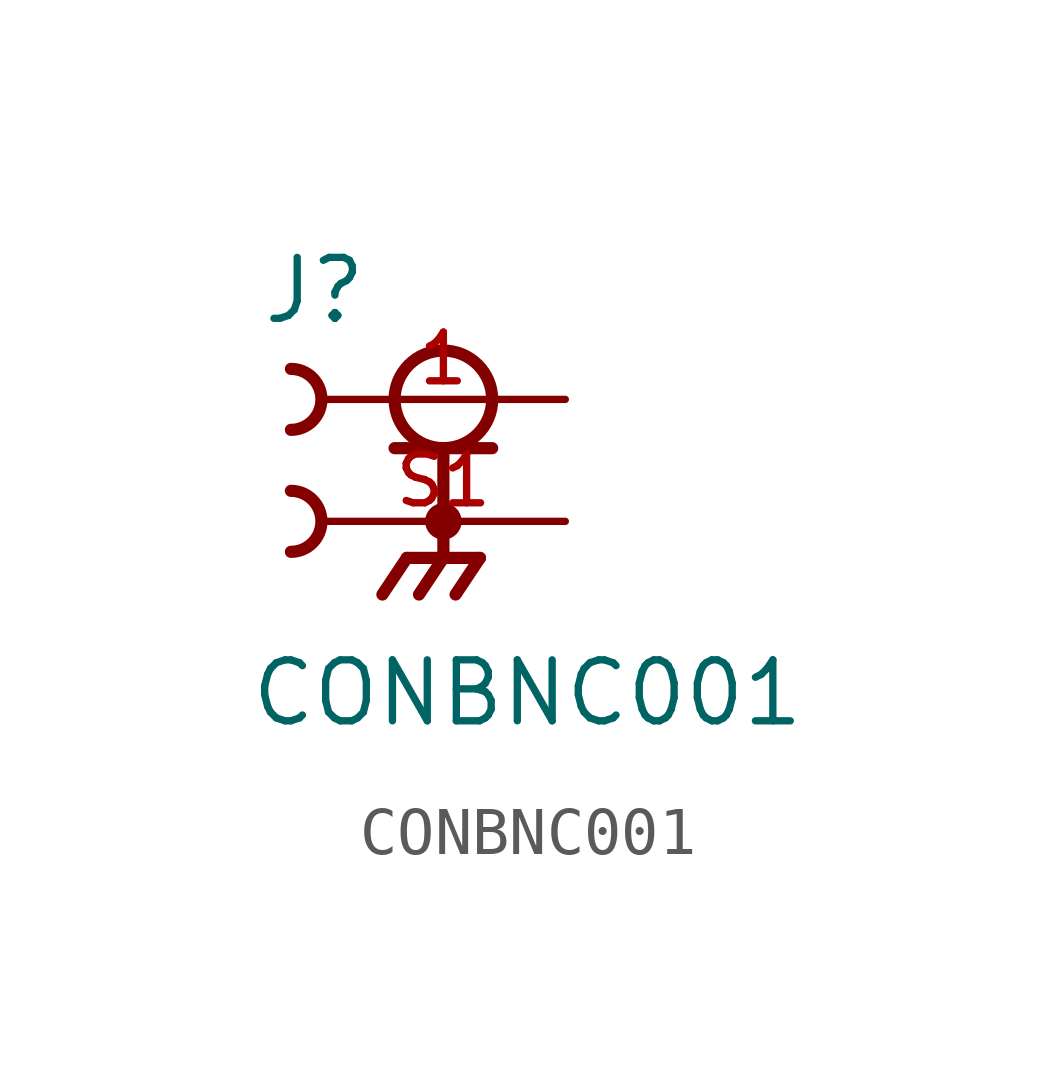
<source format=kicad_sym>
(kicad_symbol_lib
  (version 20211014)
  (generator kicad_symbol_editor)
  (symbol "CONBNC001"
    (pin_names
      (offset 1.016))
    (property "Reference" "J"
      (at -3.81 1.524 0)
      (effects (font (size 1.27 1.27)) (justify bottom left)))
    (property "Value" "CONBNC001"
      (at -4.064 -6.858 0)
      (effects (font (size 1.27 1.27)) (justify bottom left)))
    (symbol "CONBNC001_0_0"
      (circle (center 0.0 0.0) (radius 1.016) (stroke (width 0.254)) (fill (type none)))
      (polyline (pts (xy -1.016 -1.016) (xy 0.0 -1.016)) (stroke (width 0.254)))
      (polyline (pts (xy 0.0 -1.016) (xy 1.016 -1.016)) (stroke (width 0.254)))
      (polyline (pts (xy 0.0 -1.016) (xy 0.0 -3.302)) (stroke (width 0.254)))
      (circle (center 0.0 -2.54) (radius 0.254) (stroke (width 0.254)) (fill (type none)))
      (polyline (pts (xy 0.0 -3.302) (xy -0.762 -3.302)) (stroke (width 0.254)))
      (polyline (pts (xy 0.0 -3.302) (xy 0.762 -3.302)) (stroke (width 0.254)))
      (polyline (pts (xy -0.762 -3.302) (xy -1.27 -4.064)) (stroke (width 0.254)))
      (polyline (pts (xy 0.0 -3.302) (xy -0.508 -4.064)) (stroke (width 0.254)))
      (polyline (pts (xy 0.762 -3.302) (xy 0.254 -4.064)) (stroke (width 0.254)))
      (arc (start -3.175 0.635) (mid -2.54 -0.0) (end -3.175 -0.635) (stroke (width 0.254) (type default) (color 0 0 0 0)) (fill (type none)))
      (arc (start -3.175 -1.905) (mid -2.54 -2.54) (end -3.175 -3.175) (stroke (width 0.254) (type default) (color 0 0 0 0)) (fill (type none)))
      (pin passive line (at 2.54 0.0 180.0) (length 5.08) (name "~" (effects (font (size 1.016 1.016)))) (number "1" (effects (font (size 1.016 1.016)))))
      (pin passive line (at 2.54 -2.54 180.0) (length 5.08) (name "~" (effects (font (size 1.016 1.016)))) (number "S1" (effects (font (size 1.016 1.016))))))))
</source>
